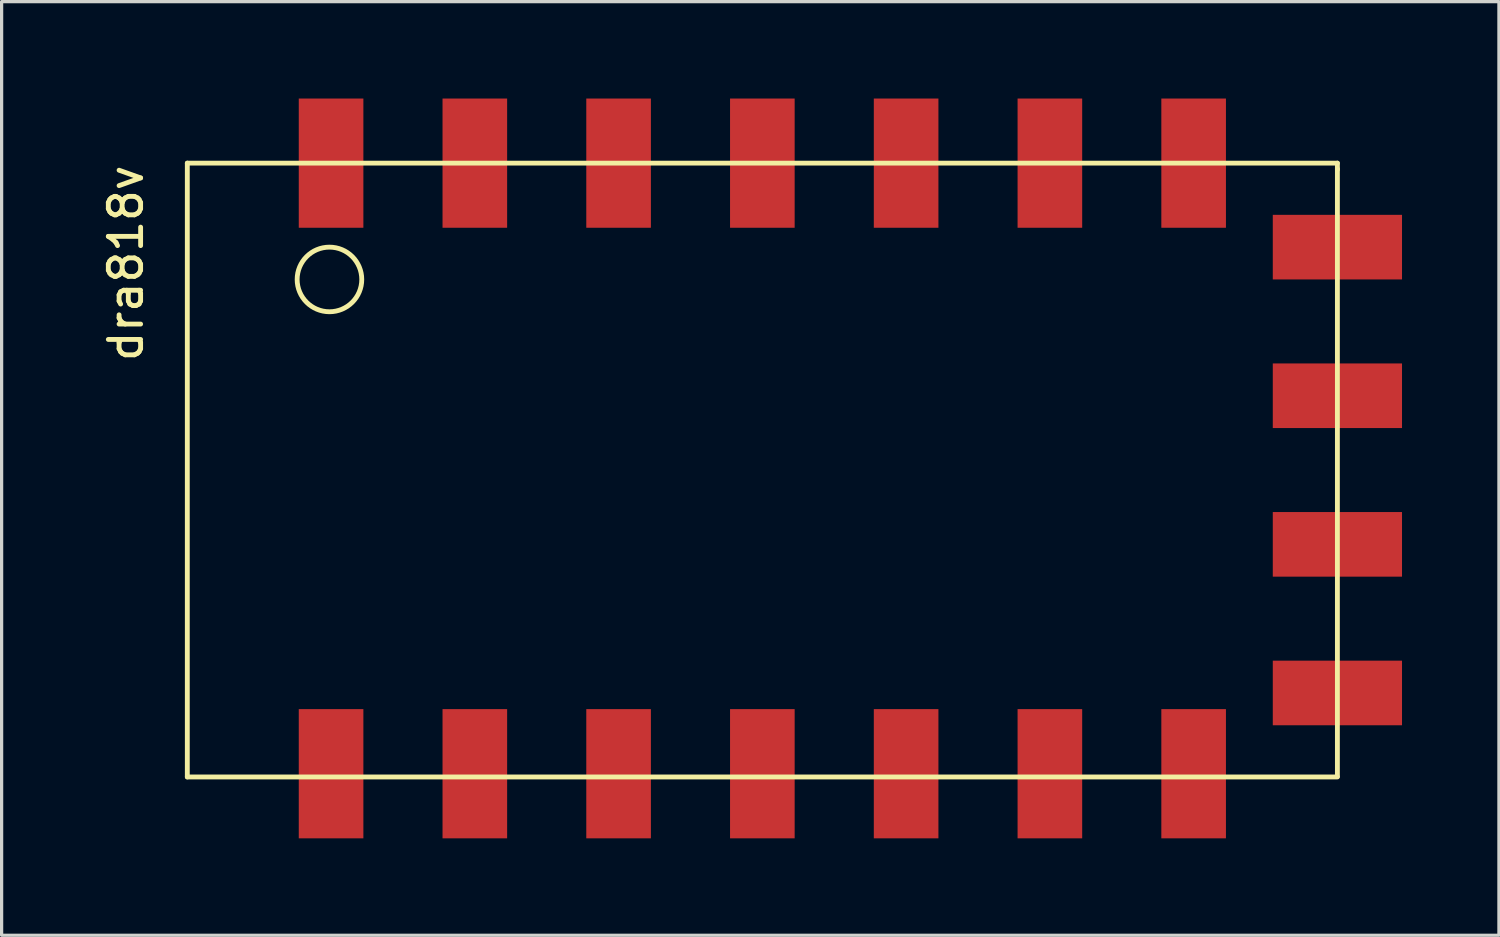
<source format=kicad_pcb>
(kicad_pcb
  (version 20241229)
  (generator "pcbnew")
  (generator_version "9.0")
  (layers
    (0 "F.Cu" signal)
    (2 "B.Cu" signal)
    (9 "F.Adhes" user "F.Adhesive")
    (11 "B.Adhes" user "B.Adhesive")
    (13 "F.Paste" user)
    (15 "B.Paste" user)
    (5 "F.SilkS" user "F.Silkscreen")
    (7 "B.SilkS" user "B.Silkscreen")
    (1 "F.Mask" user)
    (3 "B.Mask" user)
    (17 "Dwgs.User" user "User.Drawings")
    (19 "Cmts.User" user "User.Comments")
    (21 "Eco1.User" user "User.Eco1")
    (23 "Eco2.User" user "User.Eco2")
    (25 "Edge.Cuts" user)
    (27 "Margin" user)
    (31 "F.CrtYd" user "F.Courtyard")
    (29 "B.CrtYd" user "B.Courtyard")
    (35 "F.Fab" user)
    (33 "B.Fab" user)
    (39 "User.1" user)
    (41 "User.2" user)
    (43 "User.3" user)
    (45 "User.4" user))
  (footprint "dra818v"
    (layer "F.Cu")
    (at 2.748 2)
    (property "Reference" "dra818v" (at -1.9 3.1 90) (layer "F.SilkS") (effects (font (size 1 1) (thickness 0.15))))
    (attr through_hole)
    (fp_line (start 0 0) (end 35.6 0) (stroke (width 0.15) (type solid)) (layer "F.SilkS"))
    (fp_line (start 0 19) (end 0 0) (stroke (width 0.15) (type solid)) (layer "F.SilkS"))
    (fp_line (start 35.6 0.18) (end 35.6 18.98) (stroke (width 0.15) (type solid)) (layer "F.SilkS"))
    (fp_line (start 35.6 0.2) (end 35.6 0) (stroke (width 0.15) (type solid)) (layer "F.SilkS"))
    (fp_line (start 35.6 19) (end 0 19) (stroke (width 0.15) (type solid)) (layer "F.SilkS"))
    (fp_circle (center 4.4 3.6) (end 3.4 3.6) (stroke (width 0.15) (type solid)) (fill no) (layer "F.SilkS"))
    (pad "1" smd rect (at 4.45 0) (size 2 4) (layers "F.Cu" "F.Mask" "F.Paste"))
    (pad "2" smd rect (at 8.9 0) (size 2 4) (layers "F.Cu" "F.Mask" "F.Paste"))
    (pad "3" smd rect (at 13.35 0) (size 2 4) (layers "F.Cu" "F.Mask" "F.Paste"))
    (pad "4" smd rect (at 17.8 0) (size 2 4) (layers "F.Cu" "F.Mask" "F.Paste"))
    (pad "5" smd rect (at 22.25 0) (size 2 4) (layers "F.Cu" "F.Mask" "F.Paste"))
    (pad "6" smd rect (at 26.7 0) (size 2 4) (layers "F.Cu" "F.Mask" "F.Paste"))
    (pad "7" smd rect (at 31.15 0) (size 2 4) (layers "F.Cu" "F.Mask" "F.Paste"))
    (pad "8" smd rect (at 35.6 2.6) (size 4 2) (layers "F.Cu" "F.Mask" "F.Paste"))
    (pad "9" smd rect (at 35.6 7.2) (size 4 2) (layers "F.Cu" "F.Mask" "F.Paste"))
    (pad "10" smd rect (at 35.6 11.8) (size 4 2) (layers "F.Cu" "F.Mask" "F.Paste"))
    (pad "11" smd rect (at 35.6 16.4) (size 4 2) (layers "F.Cu" "F.Mask" "F.Paste"))
    (pad "12" smd rect (at 31.15 18.9) (size 2 4) (layers "F.Cu" "F.Mask" "F.Paste"))
    (pad "13" smd rect (at 26.7 18.9) (size 2 4) (layers "F.Cu" "F.Mask" "F.Paste"))
    (pad "14" smd rect (at 22.25 18.9) (size 2 4) (layers "F.Cu" "F.Mask" "F.Paste"))
    (pad "15" smd rect (at 17.8 18.9) (size 2 4) (layers "F.Cu" "F.Mask" "F.Paste"))
    (pad "16" smd rect (at 13.35 18.9) (size 2 4) (layers "F.Cu" "F.Mask" "F.Paste"))
    (pad "17" smd rect (at 8.9 18.9) (size 2 4) (layers "F.Cu" "F.Mask" "F.Paste"))
    (pad "18" smd rect (at 4.45 18.9) (size 2 4) (layers "F.Cu" "F.Mask" "F.Paste")))
  (gr_rect
    (start -3 -3)
    (end 43.348 25.9)
    (stroke (width 0.1) (type default))
    (fill no)
    (layer "Edge.Cuts")))
</source>
